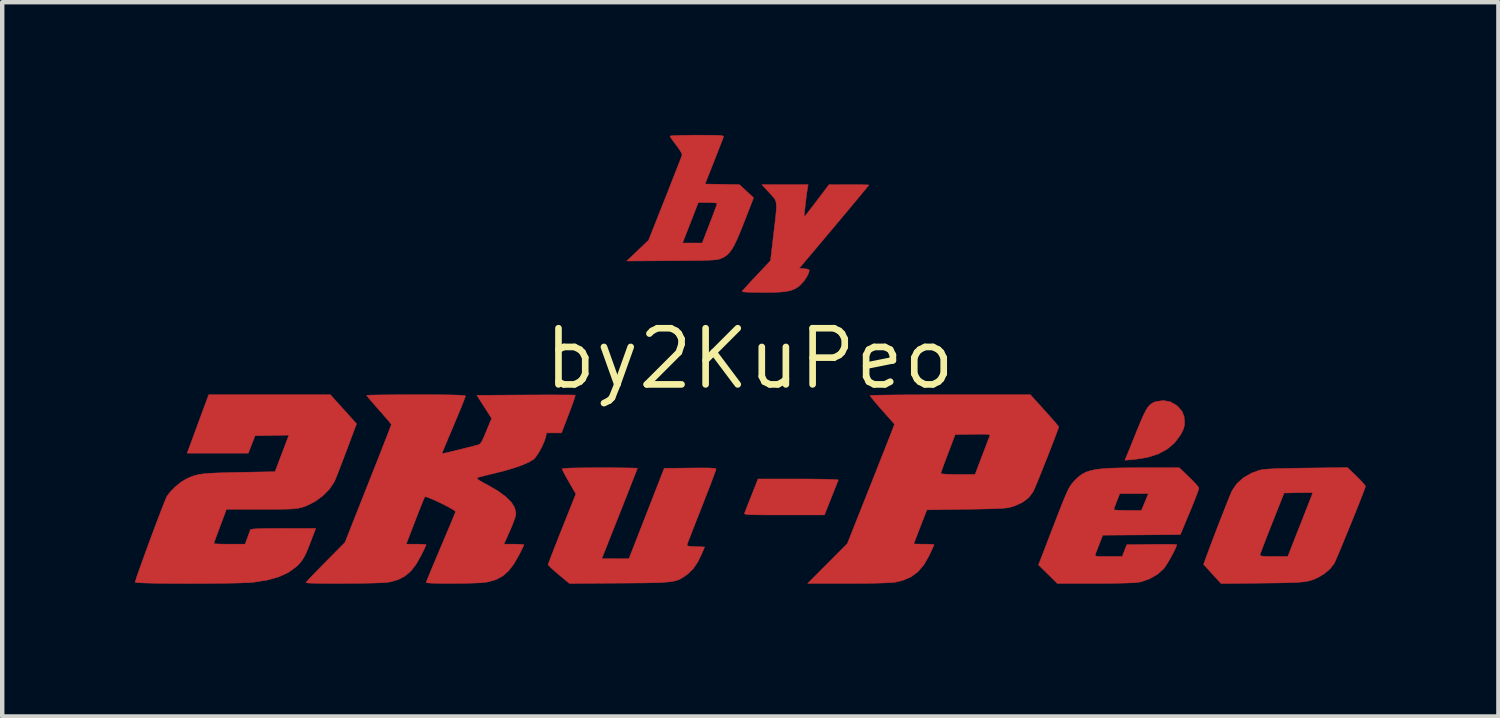
<source format=kicad_pcb>
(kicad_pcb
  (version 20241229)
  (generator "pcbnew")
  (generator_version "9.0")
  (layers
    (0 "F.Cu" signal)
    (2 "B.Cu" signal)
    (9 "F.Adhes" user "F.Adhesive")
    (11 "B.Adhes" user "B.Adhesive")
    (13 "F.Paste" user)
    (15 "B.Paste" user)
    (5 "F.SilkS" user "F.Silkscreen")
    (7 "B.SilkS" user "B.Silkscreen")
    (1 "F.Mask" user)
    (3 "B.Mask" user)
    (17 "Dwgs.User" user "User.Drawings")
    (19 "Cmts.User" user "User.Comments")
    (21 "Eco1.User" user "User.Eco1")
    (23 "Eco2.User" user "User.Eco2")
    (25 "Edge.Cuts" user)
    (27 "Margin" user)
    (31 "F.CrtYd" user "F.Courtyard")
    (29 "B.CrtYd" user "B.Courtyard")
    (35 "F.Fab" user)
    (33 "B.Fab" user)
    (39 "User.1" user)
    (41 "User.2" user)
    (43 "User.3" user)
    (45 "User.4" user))
  (footprint "by2KuPeo"
    (layer "F.Cu")
    (at 13.899 5.06)
    (property "Reference" "by2KuPeo" (at 0 0 0) (layer "F.SilkS") (effects (font (size 1.27 1.27) (thickness 0.15))))
    (attr through_hole)
    (fp_poly (pts (xy 1.314 2.718) (xy 1.509 2.72) (xy 1.679 2.723) (xy 1.819 2.726) (xy 1.923 2.731) (xy 1.985 2.735) (xy 2.002 2.74) (xy 1.991 2.77) (xy 1.963 2.839) (xy 1.924 2.938) (xy 1.876 3.059) (xy 1.841 3.146) (xy 1.689 3.53) (xy 0.778 3.53) (xy 0.539 3.53) (xy 0.346 3.53) (xy 0.194 3.529) (xy 0.079 3.527) (xy -0.005 3.524) (xy -0.062 3.519) (xy -0.096 3.513) (xy -0.114 3.505) (xy -0.118 3.495) (xy -0.116 3.486) (xy -0.101 3.448) (xy -0.072 3.372) (xy -0.031 3.267) (xy 0.018 3.144) (xy 0.044 3.08) (xy 0.187 2.718) (xy 1.099 2.718) (xy 1.314 2.718)) (stroke (width 0.01) (type solid)) (fill yes) (layer "F.Cu"))
    (fp_poly (pts (xy 9.503 0.972) (xy 9.64 1.048) (xy 9.686 1.087) (xy 9.772 1.189) (xy 9.817 1.3) (xy 9.83 1.428) (xy 9.824 1.514) (xy 9.803 1.591) (xy 9.76 1.68) (xy 9.735 1.725) (xy 9.604 1.9) (xy 9.437 2.042) (xy 9.234 2.152) (xy 8.993 2.229) (xy 8.712 2.274) (xy 8.674 2.277) (xy 8.48 2.294) (xy 8.521 2.195) (xy 8.543 2.141) (xy 8.581 2.049) (xy 8.63 1.928) (xy 8.687 1.786) (xy 8.748 1.634) (xy 8.757 1.613) (xy 8.834 1.426) (xy 8.898 1.28) (xy 8.953 1.171) (xy 9.003 1.091) (xy 9.053 1.036) (xy 9.106 0.999) (xy 9.166 0.973) (xy 9.19 0.966) (xy 9.353 0.944) (xy 9.503 0.972)) (stroke (width 0.01) (type solid)) (fill yes) (layer "F.Cu"))
    (fp_poly (pts (xy 1.307 -3.867) (xy 1.297 -3.797) (xy 1.283 -3.702) (xy 1.269 -3.591) (xy 1.256 -3.476) (xy 1.243 -3.369) (xy 1.234 -3.281) (xy 1.23 -3.224) (xy 1.23 -3.207) (xy 1.246 -3.224) (xy 1.289 -3.275) (xy 1.351 -3.355) (xy 1.429 -3.457) (xy 1.514 -3.568) (xy 1.791 -3.935) (xy 2.242 -3.936) (xy 2.387 -3.936) (xy 2.512 -3.935) (xy 2.61 -3.932) (xy 2.673 -3.93) (xy 2.692 -3.927) (xy 2.677 -3.906) (xy 2.631 -3.85) (xy 2.559 -3.763) (xy 2.464 -3.648) (xy 2.349 -3.51) (xy 2.217 -3.351) (xy 2.071 -3.177) (xy 1.915 -2.991) (xy 1.906 -2.98) (xy 1.119 -2.045) (xy 1.233 -2.037) (xy 1.305 -2.026) (xy 1.343 -2.007) (xy 1.346 -1.999) (xy 1.328 -1.928) (xy 1.282 -1.84) (xy 1.219 -1.749) (xy 1.149 -1.672) (xy 1.148 -1.671) (xy 1.081 -1.617) (xy 1.009 -1.574) (xy 0.926 -1.543) (xy 0.824 -1.522) (xy 0.696 -1.508) (xy 0.533 -1.501) (xy 0.327 -1.499) (xy 0.298 -1.499) (xy 0.136 -1.5) (xy 0.002 -1.503) (xy -0.098 -1.508) (xy -0.158 -1.515) (xy -0.174 -1.522) (xy -0.154 -1.547) (xy -0.105 -1.603) (xy -0.033 -1.683) (xy 0.057 -1.78) (xy 0.152 -1.881) (xy 0.469 -2.217) (xy 0.538 -2.804) (xy 0.563 -3.017) (xy 0.583 -3.185) (xy 0.596 -3.316) (xy 0.602 -3.417) (xy 0.601 -3.493) (xy 0.591 -3.551) (xy 0.573 -3.598) (xy 0.544 -3.641) (xy 0.505 -3.686) (xy 0.456 -3.739) (xy 0.442 -3.754) (xy 0.275 -3.937) (xy 1.32 -3.937) (xy 1.307 -3.867)) (stroke (width 0.01) (type solid)) (fill yes) (layer "F.Cu"))
    (fp_poly (pts (xy -1 -5.054) (xy -0.854 -5.053) (xy -0.746 -5.051) (xy -0.672 -5.048) (xy -0.626 -5.042) (xy -0.602 -5.034) (xy -0.593 -5.023) (xy -0.595 -5.01) (xy -0.609 -4.974) (xy -0.638 -4.898) (xy -0.68 -4.791) (xy -0.731 -4.659) (xy -0.79 -4.51) (xy -0.81 -4.458) (xy -1.011 -3.95) (xy -0.623 -3.943) (xy -0.234 -3.936) (xy -0.073 -3.788) (xy 0.087 -3.64) (xy -0.128 -3.087) (xy -0.212 -2.876) (xy -0.284 -2.706) (xy -0.347 -2.574) (xy -0.405 -2.472) (xy -0.462 -2.396) (xy -0.521 -2.34) (xy -0.586 -2.296) (xy -0.641 -2.27) (xy -0.672 -2.258) (xy -0.708 -2.248) (xy -0.754 -2.24) (xy -0.815 -2.234) (xy -0.897 -2.229) (xy -1.004 -2.225) (xy -1.142 -2.222) (xy -1.317 -2.22) (xy -1.532 -2.218) (xy -1.765 -2.216) (xy -2.781 -2.21) (xy -2.534 -2.445) (xy -2.354 -2.616) (xy -1.52 -2.616) (xy -1.075 -2.616) (xy -0.906 -3.055) (xy -0.852 -3.194) (xy -0.806 -3.318) (xy -0.769 -3.417) (xy -0.745 -3.484) (xy -0.737 -3.512) (xy -0.76 -3.52) (xy -0.823 -3.527) (xy -0.912 -3.53) (xy -0.95 -3.531) (xy -1.164 -3.531) (xy -1.24 -3.334) (xy -1.283 -3.221) (xy -1.337 -3.084) (xy -1.392 -2.943) (xy -1.418 -2.877) (xy -1.52 -2.616) (xy -2.354 -2.616) (xy -2.287 -2.68) (xy -1.915 -3.619) (xy -1.833 -3.827) (xy -1.757 -4.021) (xy -1.688 -4.196) (xy -1.629 -4.346) (xy -1.582 -4.467) (xy -1.549 -4.552) (xy -1.532 -4.598) (xy -1.531 -4.603) (xy -1.54 -4.645) (xy -1.581 -4.718) (xy -1.649 -4.813) (xy -1.661 -4.829) (xy -1.724 -4.912) (xy -1.772 -4.981) (xy -1.8 -5.024) (xy -1.803 -5.034) (xy -1.779 -5.039) (xy -1.711 -5.045) (xy -1.606 -5.049) (xy -1.471 -5.052) (xy -1.313 -5.054) (xy -1.192 -5.055) (xy -1 -5.054)) (stroke (width 0.01) (type solid)) (fill yes) (layer "F.Cu"))
    (fp_poly (pts (xy -3.189 2.464) (xy -3.004 2.465) (xy -2.842 2.467) (xy -2.709 2.469) (xy -2.611 2.471) (xy -2.553 2.474) (xy -2.54 2.476) (xy -2.549 2.501) (xy -2.575 2.569) (xy -2.616 2.674) (xy -2.67 2.811) (xy -2.735 2.977) (xy -2.809 3.165) (xy -2.89 3.371) (xy -2.943 3.504) (xy -3.346 4.521) (xy -3.038 4.521) (xy -2.731 4.52) (xy -2.332 3.498) (xy -1.934 2.477) (xy -1.348 2.47) (xy -1.154 2.468) (xy -1.006 2.468) (xy -0.897 2.47) (xy -0.825 2.475) (xy -0.782 2.481) (xy -0.763 2.491) (xy -0.762 2.496) (xy -0.771 2.526) (xy -0.797 2.599) (xy -0.837 2.707) (xy -0.889 2.845) (xy -0.952 3.007) (xy -1.023 3.189) (xy -1.082 3.341) (xy -1.158 3.534) (xy -1.229 3.713) (xy -1.291 3.872) (xy -1.343 4.006) (xy -1.383 4.109) (xy -1.408 4.174) (xy -1.415 4.196) (xy -1.416 4.218) (xy -1.395 4.232) (xy -1.345 4.24) (xy -1.256 4.246) (xy -1.224 4.247) (xy -1.02 4.255) (xy -1.095 4.43) (xy -1.184 4.61) (xy -1.283 4.752) (xy -1.4 4.864) (xy -1.44 4.894) (xy -1.495 4.932) (xy -1.545 4.964) (xy -1.597 4.991) (xy -1.655 5.012) (xy -1.724 5.029) (xy -1.808 5.042) (xy -1.913 5.052) (xy -2.043 5.059) (xy -2.205 5.064) (xy -2.402 5.068) (xy -2.639 5.07) (xy -2.922 5.072) (xy -2.946 5.072) (xy -4.077 5.08) (xy -4.318 4.879) (xy -4.41 4.8) (xy -4.486 4.732) (xy -4.538 4.681) (xy -4.559 4.655) (xy -4.559 4.654) (xy -4.55 4.626) (xy -4.524 4.556) (xy -4.484 4.451) (xy -4.431 4.315) (xy -4.368 4.155) (xy -4.298 3.976) (xy -4.245 3.844) (xy -3.931 3.056) (xy -4.086 2.787) (xy -4.146 2.681) (xy -4.195 2.59) (xy -4.229 2.523) (xy -4.242 2.491) (xy -4.242 2.491) (xy -4.219 2.482) (xy -4.15 2.476) (xy -4.035 2.47) (xy -3.871 2.467) (xy -3.659 2.465) (xy -3.396 2.464) (xy -3.391 2.464) (xy -3.189 2.464)) (stroke (width 0.01) (type solid)) (fill yes) (layer "F.Cu"))
    (fp_poly (pts (xy 9.929 2.673) (xy 10.015 2.758) (xy 10.086 2.833) (xy 10.135 2.891) (xy 10.153 2.921) (xy 10.146 2.955) (xy 10.121 3.028) (xy 10.081 3.133) (xy 10.03 3.262) (xy 9.971 3.409) (xy 9.946 3.467) (xy 9.734 3.975) (xy 8.857 3.982) (xy 7.98 3.988) (xy 7.904 4.185) (xy 7.866 4.282) (xy 7.834 4.365) (xy 7.813 4.419) (xy 7.81 4.426) (xy 7.807 4.444) (xy 7.818 4.457) (xy 7.853 4.465) (xy 7.919 4.469) (xy 8.023 4.47) (xy 8.106 4.47) (xy 8.42 4.47) (xy 8.523 4.204) (xy 9.088 4.197) (xy 9.251 4.195) (xy 9.396 4.195) (xy 9.514 4.196) (xy 9.6 4.198) (xy 9.646 4.201) (xy 9.652 4.203) (xy 9.639 4.248) (xy 9.606 4.323) (xy 9.558 4.418) (xy 9.502 4.521) (xy 9.444 4.619) (xy 9.391 4.701) (xy 9.353 4.752) (xy 9.214 4.874) (xy 9.043 4.973) (xy 8.857 5.039) (xy 8.788 5.053) (xy 8.722 5.06) (xy 8.612 5.066) (xy 8.468 5.071) (xy 8.294 5.075) (xy 8.101 5.078) (xy 7.894 5.08) (xy 7.788 5.08) (xy 6.953 5.08) (xy 6.74 4.87) (xy 6.527 4.661) (xy 6.863 3.788) (xy 6.952 3.557) (xy 7.009 3.411) (xy 8.23 3.411) (xy 8.253 3.418) (xy 8.318 3.423) (xy 8.415 3.427) (xy 8.533 3.429) (xy 8.542 3.429) (xy 8.854 3.429) (xy 8.933 3.239) (xy 9.011 3.048) (xy 8.365 3.048) (xy 8.297 3.22) (xy 8.264 3.307) (xy 8.24 3.374) (xy 8.23 3.409) (xy 8.23 3.411) (xy 7.009 3.411) (xy 7.026 3.368) (xy 7.086 3.217) (xy 7.136 3.098) (xy 7.177 3.005) (xy 7.212 2.934) (xy 7.243 2.88) (xy 7.273 2.836) (xy 7.303 2.799) (xy 7.311 2.79) (xy 7.382 2.715) (xy 7.452 2.652) (xy 7.526 2.601) (xy 7.609 2.56) (xy 7.706 2.528) (xy 7.824 2.504) (xy 7.966 2.486) (xy 8.139 2.475) (xy 8.348 2.468) (xy 8.597 2.465) (xy 8.849 2.464) (xy 9.71 2.464) (xy 9.929 2.673)) (stroke (width 0.01) (type solid)) (fill yes) (layer "F.Cu"))
    (fp_poly (pts (xy 13.716 2.656) (xy 13.798 2.738) (xy 13.864 2.809) (xy 13.907 2.861) (xy 13.919 2.883) (xy 13.91 2.916) (xy 13.883 2.988) (xy 13.843 3.094) (xy 13.79 3.228) (xy 13.729 3.382) (xy 13.661 3.551) (xy 13.59 3.728) (xy 13.517 3.906) (xy 13.446 4.078) (xy 13.38 4.239) (xy 13.32 4.382) (xy 13.269 4.5) (xy 13.231 4.587) (xy 13.207 4.636) (xy 13.205 4.64) (xy 13.117 4.75) (xy 12.996 4.854) (xy 12.871 4.931) (xy 12.805 4.964) (xy 12.743 4.99) (xy 12.679 5.012) (xy 12.608 5.029) (xy 12.522 5.042) (xy 12.417 5.052) (xy 12.287 5.059) (xy 12.126 5.064) (xy 11.928 5.068) (xy 11.687 5.071) (xy 11.582 5.072) (xy 10.655 5.082) (xy 10.457 4.866) (xy 10.259 4.649) (xy 10.325 4.464) (xy 10.335 4.439) (xy 11.533 4.439) (xy 11.546 4.453) (xy 11.591 4.462) (xy 11.673 4.468) (xy 11.798 4.47) (xy 11.847 4.47) (xy 12.163 4.47) (xy 12.295 4.134) (xy 12.355 3.98) (xy 12.426 3.8) (xy 12.499 3.615) (xy 12.566 3.444) (xy 12.576 3.419) (xy 12.627 3.29) (xy 12.67 3.179) (xy 12.703 3.094) (xy 12.722 3.042) (xy 12.725 3.031) (xy 12.702 3.028) (xy 12.637 3.026) (xy 12.54 3.026) (xy 12.421 3.028) (xy 12.402 3.028) (xy 12.079 3.035) (xy 11.807 3.721) (xy 11.737 3.897) (xy 11.674 4.059) (xy 11.62 4.2) (xy 11.577 4.314) (xy 11.547 4.394) (xy 11.534 4.435) (xy 11.533 4.439) (xy 10.335 4.439) (xy 10.369 4.345) (xy 10.424 4.199) (xy 10.486 4.036) (xy 10.553 3.862) (xy 10.621 3.684) (xy 10.689 3.512) (xy 10.752 3.351) (xy 10.808 3.21) (xy 10.854 3.096) (xy 10.888 3.016) (xy 10.902 2.985) (xy 11.01 2.825) (xy 11.16 2.69) (xy 11.348 2.583) (xy 11.519 2.52) (xy 11.566 2.51) (xy 11.634 2.501) (xy 11.725 2.493) (xy 11.847 2.487) (xy 12.002 2.481) (xy 12.196 2.477) (xy 12.433 2.473) (xy 12.58 2.471) (xy 13.513 2.459) (xy 13.716 2.656)) (stroke (width 0.01) (type solid)) (fill yes) (layer "F.Cu"))
    (fp_poly (pts (xy -9.185 1.141) (xy -8.889 1.47) (xy -9.119 2.083) (xy -9.184 2.255) (xy -9.245 2.416) (xy -9.3 2.557) (xy -9.346 2.673) (xy -9.38 2.754) (xy -9.396 2.79) (xy -9.503 2.948) (xy -9.649 3.096) (xy -9.822 3.223) (xy -10.011 3.32) (xy -10.102 3.353) (xy -10.153 3.367) (xy -10.205 3.379) (xy -10.265 3.387) (xy -10.339 3.394) (xy -10.434 3.398) (xy -10.556 3.401) (xy -10.713 3.403) (xy -10.909 3.404) (xy -11.049 3.404) (xy -11.83 3.404) (xy -11.973 3.785) (xy -12.021 3.915) (xy -12.063 4.027) (xy -12.094 4.114) (xy -12.112 4.167) (xy -12.116 4.179) (xy -12.092 4.183) (xy -12.026 4.187) (xy -11.928 4.19) (xy -11.807 4.191) (xy -11.762 4.191) (xy -11.408 4.191) (xy -11.355 4.045) (xy -11.324 3.962) (xy -11.301 3.896) (xy -11.29 3.867) (xy -11.275 3.857) (xy -11.235 3.85) (xy -11.164 3.844) (xy -11.059 3.84) (xy -10.916 3.837) (xy -10.73 3.836) (xy -10.545 3.835) (xy -9.811 3.835) (xy -9.932 4.152) (xy -9.993 4.307) (xy -10.044 4.424) (xy -10.092 4.513) (xy -10.142 4.585) (xy -10.2 4.651) (xy -10.264 4.711) (xy -10.434 4.833) (xy -10.646 4.93) (xy -10.901 5.002) (xy -11.199 5.049) (xy -11.251 5.055) (xy -11.342 5.061) (xy -11.469 5.066) (xy -11.627 5.071) (xy -11.81 5.074) (xy -12.012 5.077) (xy -12.228 5.079) (xy -12.452 5.08) (xy -12.679 5.081) (xy -12.902 5.08) (xy -13.116 5.079) (xy -13.315 5.077) (xy -13.494 5.074) (xy -13.647 5.07) (xy -13.768 5.065) (xy -13.851 5.06) (xy -13.891 5.054) (xy -13.894 5.052) (xy -13.885 5.017) (xy -13.861 4.94) (xy -13.823 4.83) (xy -13.773 4.69) (xy -13.715 4.529) (xy -13.651 4.352) (xy -13.583 4.166) (xy -13.512 3.976) (xy -13.443 3.79) (xy -13.376 3.614) (xy -13.315 3.454) (xy -13.261 3.316) (xy -13.217 3.206) (xy -13.186 3.132) (xy -13.171 3.101) (xy -13.087 2.994) (xy -12.974 2.883) (xy -12.851 2.785) (xy -12.744 2.721) (xy -12.668 2.685) (xy -12.596 2.656) (xy -12.523 2.633) (xy -12.442 2.615) (xy -12.347 2.601) (xy -12.231 2.591) (xy -12.087 2.583) (xy -11.909 2.577) (xy -11.691 2.571) (xy -11.544 2.568) (xy -10.732 2.553) (xy -10.575 2.139) (xy -10.418 1.726) (xy -11.183 1.74) (xy -11.336 2.134) (xy -12.718 2.134) (xy -12.475 1.473) (xy -12.231 0.813) (xy -9.481 0.813) (xy -9.185 1.141)) (stroke (width 0.01) (type solid)) (fill yes) (layer "F.Cu"))
    (fp_poly (pts (xy 6.664 1.167) (xy 6.765 1.279) (xy 6.853 1.378) (xy 6.922 1.459) (xy 6.968 1.514) (xy 6.985 1.539) (xy 6.985 1.539) (xy 6.976 1.571) (xy 6.95 1.642) (xy 6.911 1.747) (xy 6.862 1.877) (xy 6.804 2.025) (xy 6.742 2.185) (xy 6.677 2.348) (xy 6.613 2.508) (xy 6.553 2.658) (xy 6.499 2.79) (xy 6.454 2.898) (xy 6.421 2.974) (xy 6.406 3.005) (xy 6.309 3.137) (xy 6.171 3.243) (xy 5.991 3.326) (xy 5.969 3.333) (xy 5.922 3.348) (xy 5.874 3.36) (xy 5.819 3.37) (xy 5.752 3.378) (xy 5.666 3.384) (xy 5.555 3.389) (xy 5.414 3.393) (xy 5.236 3.397) (xy 5.017 3.401) (xy 4.904 3.402) (xy 4.004 3.416) (xy 3.856 3.796) (xy 3.806 3.925) (xy 3.764 4.036) (xy 3.731 4.121) (xy 3.712 4.172) (xy 3.708 4.184) (xy 3.732 4.187) (xy 3.795 4.189) (xy 3.886 4.191) (xy 3.937 4.191) (xy 4.038 4.192) (xy 4.116 4.196) (xy 4.16 4.201) (xy 4.166 4.204) (xy 4.155 4.231) (xy 4.128 4.293) (xy 4.087 4.381) (xy 4.053 4.453) (xy 3.937 4.656) (xy 3.803 4.814) (xy 3.645 4.931) (xy 3.458 5.011) (xy 3.277 5.053) (xy 3.211 5.059) (xy 3.102 5.065) (xy 2.955 5.07) (xy 2.779 5.075) (xy 2.579 5.078) (xy 2.364 5.079) (xy 2.21 5.08) (xy 1.309 5.08) (xy 2.206 4.178) (xy 2.68 2.985) (xy 2.775 2.746) (xy 2.835 2.594) (xy 4.318 2.594) (xy 4.342 2.601) (xy 4.408 2.608) (xy 4.507 2.613) (xy 4.631 2.615) (xy 4.705 2.616) (xy 5.093 2.615) (xy 5.25 2.203) (xy 5.303 2.065) (xy 5.35 1.941) (xy 5.388 1.841) (xy 5.415 1.772) (xy 5.424 1.746) (xy 5.428 1.729) (xy 5.418 1.717) (xy 5.389 1.709) (xy 5.332 1.706) (xy 5.242 1.705) (xy 5.111 1.706) (xy 5.043 1.707) (xy 4.644 1.714) (xy 4.481 2.143) (xy 4.429 2.281) (xy 4.383 2.404) (xy 4.348 2.502) (xy 4.325 2.568) (xy 4.318 2.594) (xy 2.835 2.594) (xy 2.866 2.517) (xy 2.95 2.302) (xy 3.027 2.108) (xy 3.093 1.94) (xy 3.148 1.802) (xy 3.188 1.7) (xy 3.211 1.64) (xy 3.213 1.635) (xy 3.272 1.479) (xy 2.995 1.166) (xy 2.902 1.06) (xy 2.823 0.967) (xy 2.762 0.893) (xy 2.726 0.846) (xy 2.718 0.833) (xy 2.743 0.829) (xy 2.814 0.826) (xy 2.928 0.823) (xy 3.081 0.821) (xy 3.269 0.818) (xy 3.487 0.816) (xy 3.732 0.815) (xy 4 0.814) (xy 4.286 0.813) (xy 4.531 0.813) (xy 6.344 0.813) (xy 6.664 1.167)) (stroke (width 0.01) (type solid)) (fill yes) (layer "F.Cu"))
    (fp_poly (pts (xy -7.261 0.813) (xy -7.025 0.814) (xy -6.834 0.816) (xy -6.684 0.819) (xy -6.571 0.823) (xy -6.493 0.828) (xy -6.446 0.834) (xy -6.427 0.841) (xy -6.426 0.843) (xy -6.436 0.874) (xy -6.463 0.945) (xy -6.504 1.049) (xy -6.558 1.182) (xy -6.622 1.335) (xy -6.692 1.503) (xy -6.693 1.505) (xy -6.763 1.671) (xy -6.827 1.822) (xy -6.881 1.951) (xy -6.922 2.052) (xy -6.95 2.119) (xy -6.96 2.144) (xy -6.96 2.145) (xy -6.936 2.142) (xy -6.872 2.128) (xy -6.776 2.106) (xy -6.655 2.077) (xy -6.519 2.043) (xy -6.375 2.007) (xy -6.233 1.971) (xy -6.169 1.954) (xy -6.129 1.942) (xy -6.098 1.923) (xy -6.07 1.889) (xy -6.039 1.832) (xy -5.999 1.743) (xy -5.956 1.639) (xy -5.835 1.348) (xy -6.002 1.087) (xy -6.169 0.826) (xy -5.062 0.819) (xy -4.83 0.818) (xy -4.613 0.817) (xy -4.419 0.817) (xy -4.25 0.818) (xy -4.113 0.818) (xy -4.014 0.82) (xy -3.956 0.822) (xy -3.944 0.823) (xy -3.949 0.849) (xy -3.969 0.915) (xy -4.003 1.012) (xy -4.048 1.134) (xy -4.094 1.255) (xy -4.255 1.676) (xy -4.593 1.676) (xy -4.61 1.759) (xy -4.639 1.852) (xy -4.686 1.962) (xy -4.744 2.075) (xy -4.806 2.175) (xy -4.863 2.25) (xy -4.887 2.273) (xy -4.991 2.336) (xy -5.14 2.402) (xy -5.329 2.468) (xy -5.551 2.533) (xy -5.733 2.579) (xy -5.868 2.612) (xy -5.988 2.642) (xy -6.083 2.666) (xy -6.143 2.683) (xy -6.156 2.688) (xy -6.167 2.701) (xy -6.15 2.722) (xy -6.101 2.757) (xy -6.014 2.807) (xy -5.918 2.858) (xy -5.692 2.99) (xy -5.516 3.119) (xy -5.39 3.244) (xy -5.314 3.367) (xy -5.287 3.487) (xy -5.29 3.529) (xy -5.305 3.588) (xy -5.337 3.68) (xy -5.381 3.792) (xy -5.43 3.905) (xy -5.557 4.191) (xy -5.331 4.191) (xy -5.231 4.193) (xy -5.154 4.197) (xy -5.111 4.203) (xy -5.105 4.206) (xy -5.116 4.234) (xy -5.146 4.296) (xy -5.189 4.382) (xy -5.221 4.446) (xy -5.336 4.644) (xy -5.454 4.797) (xy -5.583 4.91) (xy -5.73 4.99) (xy -5.901 5.041) (xy -5.969 5.053) (xy -6.04 5.061) (xy -6.145 5.067) (xy -6.276 5.072) (xy -6.425 5.076) (xy -6.585 5.078) (xy -6.746 5.079) (xy -6.901 5.079) (xy -7.043 5.077) (xy -7.163 5.074) (xy -7.253 5.069) (xy -7.305 5.063) (xy -7.315 5.058) (xy -7.306 5.03) (xy -7.278 4.961) (xy -7.236 4.857) (xy -7.18 4.723) (xy -7.114 4.565) (xy -7.039 4.388) (xy -6.987 4.264) (xy -6.908 4.078) (xy -6.835 3.905) (xy -6.771 3.753) (xy -6.718 3.626) (xy -6.679 3.531) (xy -6.656 3.473) (xy -6.65 3.458) (xy -6.669 3.436) (xy -6.725 3.4) (xy -6.808 3.353) (xy -6.909 3.3) (xy -7.018 3.247) (xy -7.125 3.197) (xy -7.221 3.156) (xy -7.295 3.128) (xy -7.339 3.119) (xy -7.345 3.12) (xy -7.358 3.148) (xy -7.387 3.216) (xy -7.428 3.317) (xy -7.479 3.445) (xy -7.536 3.592) (xy -7.564 3.664) (xy -7.766 4.191) (xy -7.541 4.191) (xy -7.441 4.192) (xy -7.364 4.196) (xy -7.32 4.201) (xy -7.315 4.204) (xy -7.326 4.231) (xy -7.355 4.293) (xy -7.397 4.38) (xy -7.431 4.448) (xy -7.542 4.645) (xy -7.659 4.797) (xy -7.788 4.909) (xy -7.937 4.989) (xy -8.112 5.041) (xy -8.18 5.053) (xy -8.241 5.059) (xy -8.34 5.064) (xy -8.471 5.069) (xy -8.627 5.073) (xy -8.8 5.076) (xy -8.984 5.078) (xy -9.172 5.079) (xy -9.358 5.08) (xy -9.534 5.079) (xy -9.694 5.078) (xy -9.83 5.075) (xy -9.937 5.072) (xy -10.007 5.067) (xy -10.033 5.061) (xy -10.033 5.061) (xy -10.016 5.039) (xy -9.968 4.985) (xy -9.893 4.906) (xy -9.797 4.807) (xy -9.685 4.692) (xy -9.592 4.598) (xy -9.151 4.153) (xy -8.627 2.829) (xy -8.53 2.583) (xy -8.438 2.352) (xy -8.354 2.139) (xy -8.28 1.948) (xy -8.216 1.785) (xy -8.165 1.653) (xy -8.128 1.556) (xy -8.107 1.5) (xy -8.103 1.487) (xy -8.119 1.463) (xy -8.163 1.407) (xy -8.231 1.328) (xy -8.315 1.231) (xy -8.382 1.156) (xy -8.475 1.051) (xy -8.555 0.959) (xy -8.616 0.886) (xy -8.653 0.841) (xy -8.661 0.828) (xy -8.637 0.825) (xy -8.567 0.822) (xy -8.456 0.819) (xy -8.31 0.817) (xy -8.133 0.815) (xy -7.932 0.814) (xy -7.71 0.813) (xy -7.544 0.813) (xy -7.261 0.813)) (stroke (width 0.01) (type solid)) (fill yes) (layer "F.Cu"))
    (fp_poly (pts (xy 1.314 2.718) (xy 1.509 2.72) (xy 1.679 2.723) (xy 1.819 2.726) (xy 1.923 2.731) (xy 1.985 2.735) (xy 2.002 2.74) (xy 1.991 2.77) (xy 1.963 2.839) (xy 1.924 2.938) (xy 1.876 3.059) (xy 1.841 3.146) (xy 1.689 3.53) (xy 0.778 3.53) (xy 0.539 3.53) (xy 0.346 3.53) (xy 0.194 3.529) (xy 0.079 3.527) (xy -0.005 3.524) (xy -0.062 3.519) (xy -0.096 3.513) (xy -0.114 3.505) (xy -0.118 3.495) (xy -0.116 3.486) (xy -0.101 3.448) (xy -0.072 3.372) (xy -0.031 3.267) (xy 0.018 3.144) (xy 0.044 3.08) (xy 0.187 2.718) (xy 1.099 2.718) (xy 1.314 2.718)) (stroke (width 0.01) (type solid)) (fill yes) (layer "F.Mask"))
    (fp_poly (pts (xy 9.503 0.972) (xy 9.64 1.048) (xy 9.686 1.087) (xy 9.772 1.189) (xy 9.817 1.3) (xy 9.83 1.428) (xy 9.824 1.514) (xy 9.803 1.591) (xy 9.76 1.68) (xy 9.735 1.725) (xy 9.604 1.9) (xy 9.437 2.042) (xy 9.234 2.152) (xy 8.993 2.229) (xy 8.712 2.274) (xy 8.674 2.277) (xy 8.48 2.294) (xy 8.521 2.195) (xy 8.543 2.141) (xy 8.581 2.049) (xy 8.63 1.928) (xy 8.687 1.786) (xy 8.748 1.634) (xy 8.757 1.613) (xy 8.834 1.426) (xy 8.898 1.28) (xy 8.953 1.171) (xy 9.003 1.091) (xy 9.053 1.036) (xy 9.106 0.999) (xy 9.166 0.973) (xy 9.19 0.966) (xy 9.353 0.944) (xy 9.503 0.972)) (stroke (width 0.01) (type solid)) (fill yes) (layer "F.Mask"))
    (fp_poly (pts (xy 1.307 -3.867) (xy 1.297 -3.797) (xy 1.283 -3.702) (xy 1.269 -3.591) (xy 1.256 -3.476) (xy 1.243 -3.369) (xy 1.234 -3.281) (xy 1.23 -3.224) (xy 1.23 -3.207) (xy 1.246 -3.224) (xy 1.289 -3.275) (xy 1.351 -3.355) (xy 1.429 -3.457) (xy 1.514 -3.568) (xy 1.791 -3.935) (xy 2.242 -3.936) (xy 2.387 -3.936) (xy 2.512 -3.935) (xy 2.61 -3.932) (xy 2.673 -3.93) (xy 2.692 -3.927) (xy 2.677 -3.906) (xy 2.631 -3.85) (xy 2.559 -3.763) (xy 2.464 -3.648) (xy 2.349 -3.51) (xy 2.217 -3.351) (xy 2.071 -3.177) (xy 1.915 -2.991) (xy 1.906 -2.98) (xy 1.119 -2.045) (xy 1.233 -2.037) (xy 1.305 -2.026) (xy 1.343 -2.007) (xy 1.346 -1.999) (xy 1.328 -1.928) (xy 1.282 -1.84) (xy 1.219 -1.749) (xy 1.149 -1.672) (xy 1.148 -1.671) (xy 1.081 -1.617) (xy 1.009 -1.574) (xy 0.926 -1.543) (xy 0.824 -1.522) (xy 0.696 -1.508) (xy 0.533 -1.501) (xy 0.327 -1.499) (xy 0.298 -1.499) (xy 0.136 -1.5) (xy 0.002 -1.503) (xy -0.098 -1.508) (xy -0.158 -1.515) (xy -0.174 -1.522) (xy -0.154 -1.547) (xy -0.105 -1.603) (xy -0.033 -1.683) (xy 0.057 -1.78) (xy 0.152 -1.881) (xy 0.469 -2.217) (xy 0.538 -2.804) (xy 0.563 -3.017) (xy 0.583 -3.185) (xy 0.596 -3.316) (xy 0.602 -3.417) (xy 0.601 -3.493) (xy 0.591 -3.551) (xy 0.573 -3.598) (xy 0.544 -3.641) (xy 0.505 -3.686) (xy 0.456 -3.739) (xy 0.442 -3.754) (xy 0.275 -3.937) (xy 1.32 -3.937) (xy 1.307 -3.867)) (stroke (width 0.01) (type solid)) (fill yes) (layer "F.Mask"))
    (fp_poly (pts (xy -1 -5.054) (xy -0.854 -5.053) (xy -0.746 -5.051) (xy -0.672 -5.048) (xy -0.626 -5.042) (xy -0.602 -5.034) (xy -0.593 -5.023) (xy -0.595 -5.01) (xy -0.609 -4.974) (xy -0.638 -4.898) (xy -0.68 -4.791) (xy -0.731 -4.659) (xy -0.79 -4.51) (xy -0.81 -4.458) (xy -1.011 -3.95) (xy -0.623 -3.943) (xy -0.234 -3.936) (xy -0.073 -3.788) (xy 0.087 -3.64) (xy -0.128 -3.087) (xy -0.212 -2.876) (xy -0.284 -2.706) (xy -0.347 -2.574) (xy -0.405 -2.472) (xy -0.462 -2.396) (xy -0.521 -2.34) (xy -0.586 -2.296) (xy -0.641 -2.27) (xy -0.672 -2.258) (xy -0.708 -2.248) (xy -0.754 -2.24) (xy -0.815 -2.234) (xy -0.897 -2.229) (xy -1.004 -2.225) (xy -1.142 -2.222) (xy -1.317 -2.22) (xy -1.532 -2.218) (xy -1.765 -2.216) (xy -2.781 -2.21) (xy -2.534 -2.445) (xy -2.354 -2.616) (xy -1.52 -2.616) (xy -1.075 -2.616) (xy -0.906 -3.055) (xy -0.852 -3.194) (xy -0.806 -3.318) (xy -0.769 -3.417) (xy -0.745 -3.484) (xy -0.737 -3.512) (xy -0.76 -3.52) (xy -0.823 -3.527) (xy -0.912 -3.53) (xy -0.95 -3.531) (xy -1.164 -3.531) (xy -1.24 -3.334) (xy -1.283 -3.221) (xy -1.337 -3.084) (xy -1.392 -2.943) (xy -1.418 -2.877) (xy -1.52 -2.616) (xy -2.354 -2.616) (xy -2.287 -2.68) (xy -1.915 -3.619) (xy -1.833 -3.827) (xy -1.757 -4.021) (xy -1.688 -4.196) (xy -1.629 -4.346) (xy -1.582 -4.467) (xy -1.549 -4.552) (xy -1.532 -4.598) (xy -1.531 -4.603) (xy -1.54 -4.645) (xy -1.581 -4.718) (xy -1.649 -4.813) (xy -1.661 -4.829) (xy -1.724 -4.912) (xy -1.772 -4.981) (xy -1.8 -5.024) (xy -1.803 -5.034) (xy -1.779 -5.039) (xy -1.711 -5.045) (xy -1.606 -5.049) (xy -1.471 -5.052) (xy -1.313 -5.054) (xy -1.192 -5.055) (xy -1 -5.054)) (stroke (width 0.01) (type solid)) (fill yes) (layer "F.Mask"))
    (fp_poly (pts (xy -3.189 2.464) (xy -3.004 2.465) (xy -2.842 2.467) (xy -2.709 2.469) (xy -2.611 2.471) (xy -2.553 2.474) (xy -2.54 2.476) (xy -2.549 2.501) (xy -2.575 2.569) (xy -2.616 2.674) (xy -2.67 2.811) (xy -2.735 2.977) (xy -2.809 3.165) (xy -2.89 3.371) (xy -2.943 3.504) (xy -3.346 4.521) (xy -3.038 4.521) (xy -2.731 4.52) (xy -2.332 3.498) (xy -1.934 2.477) (xy -1.348 2.47) (xy -1.154 2.468) (xy -1.006 2.468) (xy -0.897 2.47) (xy -0.825 2.475) (xy -0.782 2.481) (xy -0.763 2.491) (xy -0.762 2.496) (xy -0.771 2.526) (xy -0.797 2.599) (xy -0.837 2.707) (xy -0.889 2.845) (xy -0.952 3.007) (xy -1.023 3.189) (xy -1.082 3.341) (xy -1.158 3.534) (xy -1.229 3.713) (xy -1.291 3.872) (xy -1.343 4.006) (xy -1.383 4.109) (xy -1.408 4.174) (xy -1.415 4.196) (xy -1.416 4.218) (xy -1.395 4.232) (xy -1.345 4.24) (xy -1.256 4.246) (xy -1.224 4.247) (xy -1.02 4.255) (xy -1.095 4.43) (xy -1.184 4.61) (xy -1.283 4.752) (xy -1.4 4.864) (xy -1.44 4.894) (xy -1.495 4.932) (xy -1.545 4.964) (xy -1.597 4.991) (xy -1.655 5.012) (xy -1.724 5.029) (xy -1.808 5.042) (xy -1.913 5.052) (xy -2.043 5.059) (xy -2.205 5.064) (xy -2.402 5.068) (xy -2.639 5.07) (xy -2.922 5.072) (xy -2.946 5.072) (xy -4.077 5.08) (xy -4.318 4.879) (xy -4.41 4.8) (xy -4.486 4.732) (xy -4.538 4.681) (xy -4.559 4.655) (xy -4.559 4.654) (xy -4.55 4.626) (xy -4.524 4.556) (xy -4.484 4.451) (xy -4.431 4.315) (xy -4.368 4.155) (xy -4.298 3.976) (xy -4.245 3.844) (xy -3.931 3.056) (xy -4.086 2.787) (xy -4.146 2.681) (xy -4.195 2.59) (xy -4.229 2.523) (xy -4.242 2.491) (xy -4.242 2.491) (xy -4.219 2.482) (xy -4.15 2.476) (xy -4.035 2.47) (xy -3.871 2.467) (xy -3.659 2.465) (xy -3.396 2.464) (xy -3.391 2.464) (xy -3.189 2.464)) (stroke (width 0.01) (type solid)) (fill yes) (layer "F.Mask"))
    (fp_poly (pts (xy 9.929 2.673) (xy 10.015 2.758) (xy 10.086 2.833) (xy 10.135 2.891) (xy 10.153 2.921) (xy 10.146 2.955) (xy 10.121 3.028) (xy 10.081 3.133) (xy 10.03 3.262) (xy 9.971 3.409) (xy 9.946 3.467) (xy 9.734 3.975) (xy 8.857 3.982) (xy 7.98 3.988) (xy 7.904 4.185) (xy 7.866 4.282) (xy 7.834 4.365) (xy 7.813 4.419) (xy 7.81 4.426) (xy 7.807 4.444) (xy 7.818 4.457) (xy 7.853 4.465) (xy 7.919 4.469) (xy 8.023 4.47) (xy 8.106 4.47) (xy 8.42 4.47) (xy 8.523 4.204) (xy 9.088 4.197) (xy 9.251 4.195) (xy 9.396 4.195) (xy 9.514 4.196) (xy 9.6 4.198) (xy 9.646 4.201) (xy 9.652 4.203) (xy 9.639 4.248) (xy 9.606 4.323) (xy 9.558 4.418) (xy 9.502 4.521) (xy 9.444 4.619) (xy 9.391 4.701) (xy 9.353 4.752) (xy 9.214 4.874) (xy 9.043 4.973) (xy 8.857 5.039) (xy 8.788 5.053) (xy 8.722 5.06) (xy 8.612 5.066) (xy 8.468 5.071) (xy 8.294 5.075) (xy 8.101 5.078) (xy 7.894 5.08) (xy 7.788 5.08) (xy 6.953 5.08) (xy 6.74 4.87) (xy 6.527 4.661) (xy 6.863 3.788) (xy 6.952 3.557) (xy 7.009 3.411) (xy 8.23 3.411) (xy 8.253 3.418) (xy 8.318 3.423) (xy 8.415 3.427) (xy 8.533 3.429) (xy 8.542 3.429) (xy 8.854 3.429) (xy 8.933 3.239) (xy 9.011 3.048) (xy 8.365 3.048) (xy 8.297 3.22) (xy 8.264 3.307) (xy 8.24 3.374) (xy 8.23 3.409) (xy 8.23 3.411) (xy 7.009 3.411) (xy 7.026 3.368) (xy 7.086 3.217) (xy 7.136 3.098) (xy 7.177 3.005) (xy 7.212 2.934) (xy 7.243 2.88) (xy 7.273 2.836) (xy 7.303 2.799) (xy 7.311 2.79) (xy 7.382 2.715) (xy 7.452 2.652) (xy 7.526 2.601) (xy 7.609 2.56) (xy 7.706 2.528) (xy 7.824 2.504) (xy 7.966 2.486) (xy 8.139 2.475) (xy 8.348 2.468) (xy 8.597 2.465) (xy 8.849 2.464) (xy 9.71 2.464) (xy 9.929 2.673)) (stroke (width 0.01) (type solid)) (fill yes) (layer "F.Mask"))
    (fp_poly (pts (xy 13.716 2.656) (xy 13.798 2.738) (xy 13.864 2.809) (xy 13.907 2.861) (xy 13.919 2.883) (xy 13.91 2.916) (xy 13.883 2.988) (xy 13.843 3.094) (xy 13.79 3.228) (xy 13.729 3.382) (xy 13.661 3.551) (xy 13.59 3.728) (xy 13.517 3.906) (xy 13.446 4.078) (xy 13.38 4.239) (xy 13.32 4.382) (xy 13.269 4.5) (xy 13.231 4.587) (xy 13.207 4.636) (xy 13.205 4.64) (xy 13.117 4.75) (xy 12.996 4.854) (xy 12.871 4.931) (xy 12.805 4.964) (xy 12.743 4.99) (xy 12.679 5.012) (xy 12.608 5.029) (xy 12.522 5.042) (xy 12.417 5.052) (xy 12.287 5.059) (xy 12.126 5.064) (xy 11.928 5.068) (xy 11.687 5.071) (xy 11.582 5.072) (xy 10.655 5.082) (xy 10.457 4.866) (xy 10.259 4.649) (xy 10.325 4.464) (xy 10.335 4.439) (xy 11.533 4.439) (xy 11.546 4.453) (xy 11.591 4.462) (xy 11.673 4.468) (xy 11.798 4.47) (xy 11.847 4.47) (xy 12.163 4.47) (xy 12.295 4.134) (xy 12.355 3.98) (xy 12.426 3.8) (xy 12.499 3.615) (xy 12.566 3.444) (xy 12.576 3.419) (xy 12.627 3.29) (xy 12.67 3.179) (xy 12.703 3.094) (xy 12.722 3.042) (xy 12.725 3.031) (xy 12.702 3.028) (xy 12.637 3.026) (xy 12.54 3.026) (xy 12.421 3.028) (xy 12.402 3.028) (xy 12.079 3.035) (xy 11.807 3.721) (xy 11.737 3.897) (xy 11.674 4.059) (xy 11.62 4.2) (xy 11.577 4.314) (xy 11.547 4.394) (xy 11.534 4.435) (xy 11.533 4.439) (xy 10.335 4.439) (xy 10.369 4.345) (xy 10.424 4.199) (xy 10.486 4.036) (xy 10.553 3.862) (xy 10.621 3.684) (xy 10.689 3.512) (xy 10.752 3.351) (xy 10.808 3.21) (xy 10.854 3.096) (xy 10.888 3.016) (xy 10.902 2.985) (xy 11.01 2.825) (xy 11.16 2.69) (xy 11.348 2.583) (xy 11.519 2.52) (xy 11.566 2.51) (xy 11.634 2.501) (xy 11.725 2.493) (xy 11.847 2.487) (xy 12.002 2.481) (xy 12.196 2.477) (xy 12.433 2.473) (xy 12.58 2.471) (xy 13.513 2.459) (xy 13.716 2.656)) (stroke (width 0.01) (type solid)) (fill yes) (layer "F.Mask"))
    (fp_poly (pts (xy -9.185 1.141) (xy -8.889 1.47) (xy -9.119 2.083) (xy -9.184 2.255) (xy -9.245 2.416) (xy -9.3 2.557) (xy -9.346 2.673) (xy -9.38 2.754) (xy -9.396 2.79) (xy -9.503 2.948) (xy -9.649 3.096) (xy -9.822 3.223) (xy -10.011 3.32) (xy -10.102 3.353) (xy -10.153 3.367) (xy -10.205 3.379) (xy -10.265 3.387) (xy -10.339 3.394) (xy -10.434 3.398) (xy -10.556 3.401) (xy -10.713 3.403) (xy -10.909 3.404) (xy -11.049 3.404) (xy -11.83 3.404) (xy -11.973 3.785) (xy -12.021 3.915) (xy -12.063 4.027) (xy -12.094 4.114) (xy -12.112 4.167) (xy -12.116 4.179) (xy -12.092 4.183) (xy -12.026 4.187) (xy -11.928 4.19) (xy -11.807 4.191) (xy -11.762 4.191) (xy -11.408 4.191) (xy -11.355 4.045) (xy -11.324 3.962) (xy -11.301 3.896) (xy -11.29 3.867) (xy -11.275 3.857) (xy -11.235 3.85) (xy -11.164 3.844) (xy -11.059 3.84) (xy -10.916 3.837) (xy -10.73 3.836) (xy -10.545 3.835) (xy -9.811 3.835) (xy -9.932 4.152) (xy -9.993 4.307) (xy -10.044 4.424) (xy -10.092 4.513) (xy -10.142 4.585) (xy -10.2 4.651) (xy -10.264 4.711) (xy -10.434 4.833) (xy -10.646 4.93) (xy -10.901 5.002) (xy -11.199 5.049) (xy -11.251 5.055) (xy -11.342 5.061) (xy -11.469 5.066) (xy -11.627 5.071) (xy -11.81 5.074) (xy -12.012 5.077) (xy -12.228 5.079) (xy -12.452 5.08) (xy -12.679 5.081) (xy -12.902 5.08) (xy -13.116 5.079) (xy -13.315 5.077) (xy -13.494 5.074) (xy -13.647 5.07) (xy -13.768 5.065) (xy -13.851 5.06) (xy -13.891 5.054) (xy -13.894 5.052) (xy -13.885 5.017) (xy -13.861 4.94) (xy -13.823 4.83) (xy -13.773 4.69) (xy -13.715 4.529) (xy -13.651 4.352) (xy -13.583 4.166) (xy -13.512 3.976) (xy -13.443 3.79) (xy -13.376 3.614) (xy -13.315 3.454) (xy -13.261 3.316) (xy -13.217 3.206) (xy -13.186 3.132) (xy -13.171 3.101) (xy -13.087 2.994) (xy -12.974 2.883) (xy -12.851 2.785) (xy -12.744 2.721) (xy -12.668 2.685) (xy -12.596 2.656) (xy -12.523 2.633) (xy -12.442 2.615) (xy -12.347 2.601) (xy -12.231 2.591) (xy -12.087 2.583) (xy -11.909 2.577) (xy -11.691 2.571) (xy -11.544 2.568) (xy -10.732 2.553) (xy -10.575 2.139) (xy -10.418 1.726) (xy -11.183 1.74) (xy -11.336 2.134) (xy -12.718 2.134) (xy -12.475 1.473) (xy -12.231 0.813) (xy -9.481 0.813) (xy -9.185 1.141)) (stroke (width 0.01) (type solid)) (fill yes) (layer "F.Mask"))
    (fp_poly (pts (xy 6.664 1.167) (xy 6.765 1.279) (xy 6.853 1.378) (xy 6.922 1.459) (xy 6.968 1.514) (xy 6.985 1.539) (xy 6.985 1.539) (xy 6.976 1.571) (xy 6.95 1.642) (xy 6.911 1.747) (xy 6.862 1.877) (xy 6.804 2.025) (xy 6.742 2.185) (xy 6.677 2.348) (xy 6.613 2.508) (xy 6.553 2.658) (xy 6.499 2.79) (xy 6.454 2.898) (xy 6.421 2.974) (xy 6.406 3.005) (xy 6.309 3.137) (xy 6.171 3.243) (xy 5.991 3.326) (xy 5.969 3.333) (xy 5.922 3.348) (xy 5.874 3.36) (xy 5.819 3.37) (xy 5.752 3.378) (xy 5.666 3.384) (xy 5.555 3.389) (xy 5.414 3.393) (xy 5.236 3.397) (xy 5.017 3.401) (xy 4.904 3.402) (xy 4.004 3.416) (xy 3.856 3.796) (xy 3.806 3.925) (xy 3.764 4.036) (xy 3.731 4.121) (xy 3.712 4.172) (xy 3.708 4.184) (xy 3.732 4.187) (xy 3.795 4.189) (xy 3.886 4.191) (xy 3.937 4.191) (xy 4.038 4.192) (xy 4.116 4.196) (xy 4.16 4.201) (xy 4.166 4.204) (xy 4.155 4.231) (xy 4.128 4.293) (xy 4.087 4.381) (xy 4.053 4.453) (xy 3.937 4.656) (xy 3.803 4.814) (xy 3.645 4.931) (xy 3.458 5.011) (xy 3.277 5.053) (xy 3.211 5.059) (xy 3.102 5.065) (xy 2.955 5.07) (xy 2.779 5.075) (xy 2.579 5.078) (xy 2.364 5.079) (xy 2.21 5.08) (xy 1.309 5.08) (xy 2.206 4.178) (xy 2.68 2.985) (xy 2.775 2.746) (xy 2.835 2.594) (xy 4.318 2.594) (xy 4.342 2.601) (xy 4.408 2.608) (xy 4.507 2.613) (xy 4.631 2.615) (xy 4.705 2.616) (xy 5.093 2.615) (xy 5.25 2.203) (xy 5.303 2.065) (xy 5.35 1.941) (xy 5.388 1.841) (xy 5.415 1.772) (xy 5.424 1.746) (xy 5.428 1.729) (xy 5.418 1.717) (xy 5.389 1.709) (xy 5.332 1.706) (xy 5.242 1.705) (xy 5.111 1.706) (xy 5.043 1.707) (xy 4.644 1.714) (xy 4.481 2.143) (xy 4.429 2.281) (xy 4.383 2.404) (xy 4.348 2.502) (xy 4.325 2.568) (xy 4.318 2.594) (xy 2.835 2.594) (xy 2.866 2.517) (xy 2.95 2.302) (xy 3.027 2.108) (xy 3.093 1.94) (xy 3.148 1.802) (xy 3.188 1.7) (xy 3.211 1.64) (xy 3.213 1.635) (xy 3.272 1.479) (xy 2.995 1.166) (xy 2.902 1.06) (xy 2.823 0.967) (xy 2.762 0.893) (xy 2.726 0.846) (xy 2.718 0.833) (xy 2.743 0.829) (xy 2.814 0.826) (xy 2.928 0.823) (xy 3.081 0.821) (xy 3.269 0.818) (xy 3.487 0.816) (xy 3.732 0.815) (xy 4 0.814) (xy 4.286 0.813) (xy 4.531 0.813) (xy 6.344 0.813) (xy 6.664 1.167)) (stroke (width 0.01) (type solid)) (fill yes) (layer "F.Mask"))
    (fp_poly (pts (xy -7.261 0.813) (xy -7.025 0.814) (xy -6.834 0.816) (xy -6.684 0.819) (xy -6.571 0.823) (xy -6.493 0.828) (xy -6.446 0.834) (xy -6.427 0.841) (xy -6.426 0.843) (xy -6.436 0.874) (xy -6.463 0.945) (xy -6.504 1.049) (xy -6.558 1.182) (xy -6.622 1.335) (xy -6.692 1.503) (xy -6.693 1.505) (xy -6.763 1.671) (xy -6.827 1.822) (xy -6.881 1.951) (xy -6.922 2.052) (xy -6.95 2.119) (xy -6.96 2.144) (xy -6.96 2.145) (xy -6.936 2.142) (xy -6.872 2.128) (xy -6.776 2.106) (xy -6.655 2.077) (xy -6.519 2.043) (xy -6.375 2.007) (xy -6.233 1.971) (xy -6.169 1.954) (xy -6.129 1.942) (xy -6.098 1.923) (xy -6.07 1.889) (xy -6.039 1.832) (xy -5.999 1.743) (xy -5.956 1.639) (xy -5.835 1.348) (xy -6.002 1.087) (xy -6.169 0.826) (xy -5.062 0.819) (xy -4.83 0.818) (xy -4.613 0.817) (xy -4.419 0.817) (xy -4.25 0.818) (xy -4.113 0.818) (xy -4.014 0.82) (xy -3.956 0.822) (xy -3.944 0.823) (xy -3.949 0.849) (xy -3.969 0.915) (xy -4.003 1.012) (xy -4.048 1.134) (xy -4.094 1.255) (xy -4.255 1.676) (xy -4.593 1.676) (xy -4.61 1.759) (xy -4.639 1.852) (xy -4.686 1.962) (xy -4.744 2.075) (xy -4.806 2.175) (xy -4.863 2.25) (xy -4.887 2.273) (xy -4.991 2.336) (xy -5.14 2.402) (xy -5.329 2.468) (xy -5.551 2.533) (xy -5.733 2.579) (xy -5.868 2.612) (xy -5.988 2.642) (xy -6.083 2.666) (xy -6.143 2.683) (xy -6.156 2.688) (xy -6.167 2.701) (xy -6.15 2.722) (xy -6.101 2.757) (xy -6.014 2.807) (xy -5.918 2.858) (xy -5.692 2.99) (xy -5.516 3.119) (xy -5.39 3.244) (xy -5.314 3.367) (xy -5.287 3.487) (xy -5.29 3.529) (xy -5.305 3.588) (xy -5.337 3.68) (xy -5.381 3.792) (xy -5.43 3.905) (xy -5.557 4.191) (xy -5.331 4.191) (xy -5.231 4.193) (xy -5.154 4.197) (xy -5.111 4.203) (xy -5.105 4.206) (xy -5.116 4.234) (xy -5.146 4.296) (xy -5.189 4.382) (xy -5.221 4.446) (xy -5.336 4.644) (xy -5.454 4.797) (xy -5.583 4.91) (xy -5.73 4.99) (xy -5.901 5.041) (xy -5.969 5.053) (xy -6.04 5.061) (xy -6.145 5.067) (xy -6.276 5.072) (xy -6.425 5.076) (xy -6.585 5.078) (xy -6.746 5.079) (xy -6.901 5.079) (xy -7.043 5.077) (xy -7.163 5.074) (xy -7.253 5.069) (xy -7.305 5.063) (xy -7.315 5.058) (xy -7.306 5.03) (xy -7.278 4.961) (xy -7.236 4.857) (xy -7.18 4.723) (xy -7.114 4.565) (xy -7.039 4.388) (xy -6.987 4.264) (xy -6.908 4.078) (xy -6.835 3.905) (xy -6.771 3.753) (xy -6.718 3.626) (xy -6.679 3.531) (xy -6.656 3.473) (xy -6.65 3.458) (xy -6.669 3.436) (xy -6.725 3.4) (xy -6.808 3.353) (xy -6.909 3.3) (xy -7.018 3.247) (xy -7.125 3.197) (xy -7.221 3.156) (xy -7.295 3.128) (xy -7.339 3.119) (xy -7.345 3.12) (xy -7.358 3.148) (xy -7.387 3.216) (xy -7.428 3.317) (xy -7.479 3.445) (xy -7.536 3.592) (xy -7.564 3.664) (xy -7.766 4.191) (xy -7.541 4.191) (xy -7.441 4.192) (xy -7.364 4.196) (xy -7.32 4.201) (xy -7.315 4.204) (xy -7.326 4.231) (xy -7.355 4.293) (xy -7.397 4.38) (xy -7.431 4.448) (xy -7.542 4.645) (xy -7.659 4.797) (xy -7.788 4.909) (xy -7.937 4.989) (xy -8.112 5.041) (xy -8.18 5.053) (xy -8.241 5.059) (xy -8.34 5.064) (xy -8.471 5.069) (xy -8.627 5.073) (xy -8.8 5.076) (xy -8.984 5.078) (xy -9.172 5.079) (xy -9.358 5.08) (xy -9.534 5.079) (xy -9.694 5.078) (xy -9.83 5.075) (xy -9.937 5.072) (xy -10.007 5.067) (xy -10.033 5.061) (xy -10.033 5.061) (xy -10.016 5.039) (xy -9.968 4.985) (xy -9.893 4.906) (xy -9.797 4.807) (xy -9.685 4.692) (xy -9.592 4.598) (xy -9.151 4.153) (xy -8.627 2.829) (xy -8.53 2.583) (xy -8.438 2.352) (xy -8.354 2.139) (xy -8.28 1.948) (xy -8.216 1.785) (xy -8.165 1.653) (xy -8.128 1.556) (xy -8.107 1.5) (xy -8.103 1.487) (xy -8.119 1.463) (xy -8.163 1.407) (xy -8.231 1.328) (xy -8.315 1.231) (xy -8.382 1.156) (xy -8.475 1.051) (xy -8.555 0.959) (xy -8.616 0.886) (xy -8.653 0.841) (xy -8.661 0.828) (xy -8.637 0.825) (xy -8.567 0.822) (xy -8.456 0.819) (xy -8.31 0.817) (xy -8.133 0.815) (xy -7.932 0.814) (xy -7.71 0.813) (xy -7.544 0.813) (xy -7.261 0.813)) (stroke (width 0.01) (type solid)) (fill yes) (layer "F.Mask")))
  (gr_rect
    (start -3 -3)
    (end 30.823 13.147)
    (stroke (width 0.1) (type default))
    (fill no)
    (layer "Edge.Cuts")))
</source>
